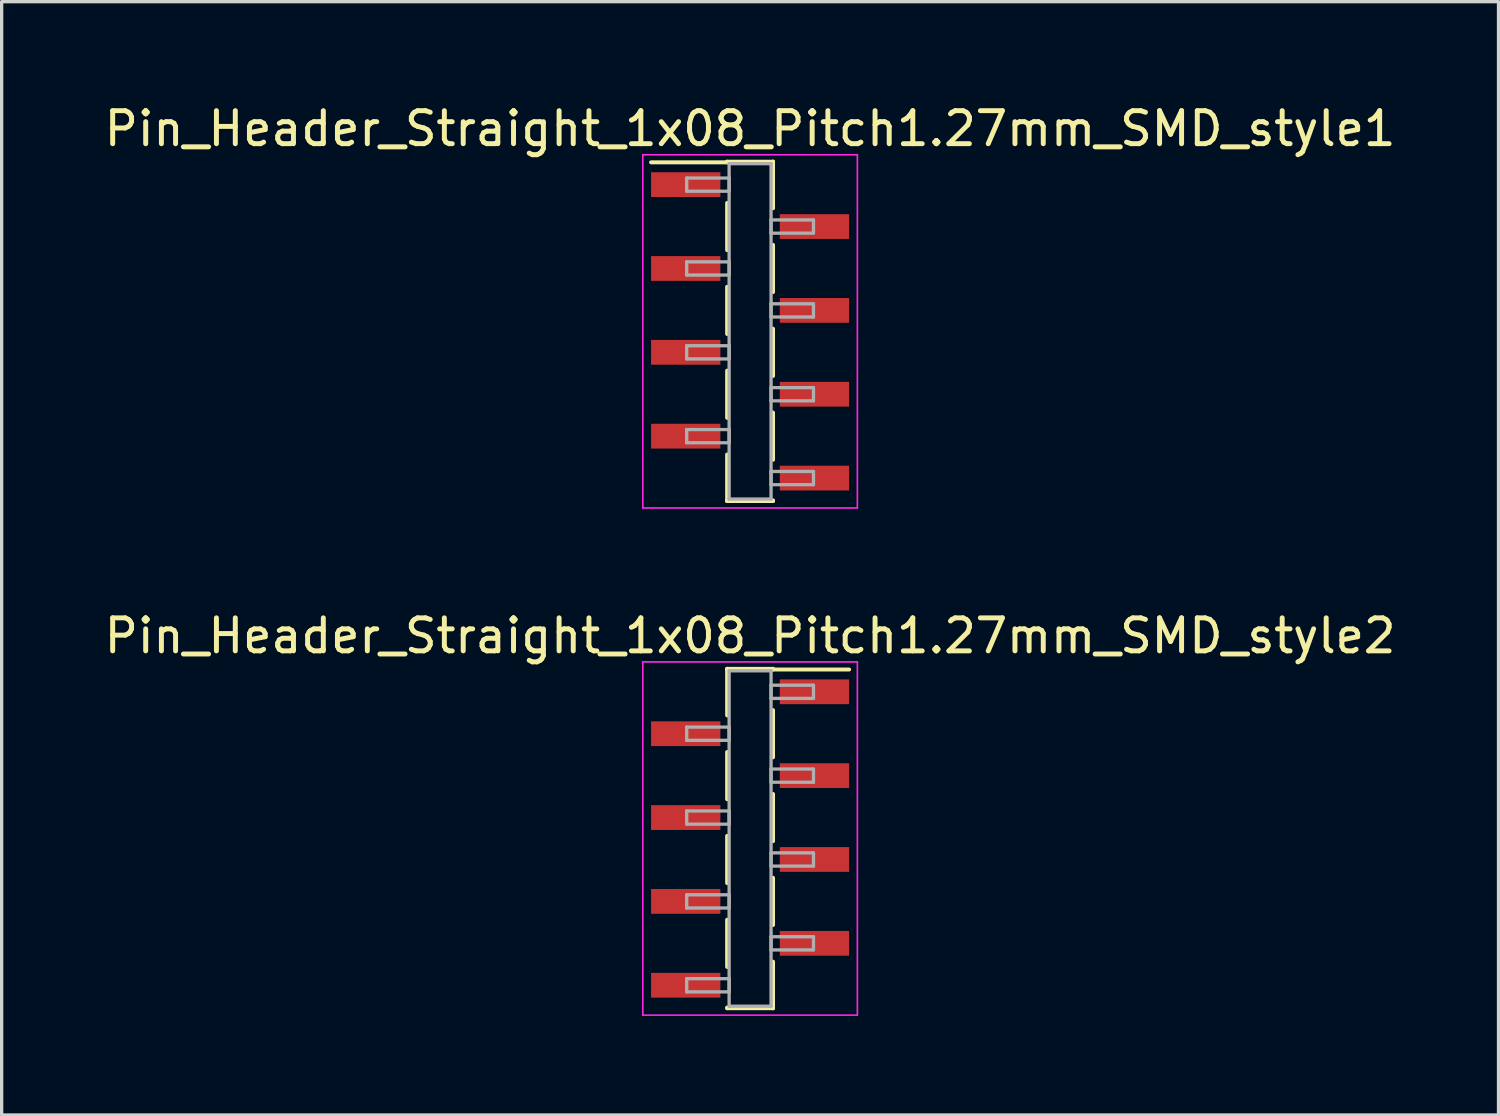
<source format=kicad_pcb>
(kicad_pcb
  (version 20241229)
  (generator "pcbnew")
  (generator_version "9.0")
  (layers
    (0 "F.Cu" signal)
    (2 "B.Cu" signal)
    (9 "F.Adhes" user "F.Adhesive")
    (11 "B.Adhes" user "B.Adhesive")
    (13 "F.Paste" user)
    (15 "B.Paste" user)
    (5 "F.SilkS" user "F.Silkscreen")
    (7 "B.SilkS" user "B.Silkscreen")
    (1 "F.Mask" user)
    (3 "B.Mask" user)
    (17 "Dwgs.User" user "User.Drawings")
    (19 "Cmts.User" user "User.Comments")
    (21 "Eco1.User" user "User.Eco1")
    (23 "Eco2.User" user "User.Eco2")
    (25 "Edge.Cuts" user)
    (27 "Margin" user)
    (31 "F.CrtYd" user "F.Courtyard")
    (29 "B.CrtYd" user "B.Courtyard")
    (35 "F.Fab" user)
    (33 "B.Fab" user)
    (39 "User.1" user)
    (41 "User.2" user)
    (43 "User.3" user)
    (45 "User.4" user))
  (footprint "Pin_Header_Straight_1x08_Pitch1.27mm_SMD_style1"
    (layer "F.Cu")
    (at 19.673 6.988)
    (property "Reference" "Pin_Header_Straight_1x08_Pitch1.27mm_SMD_style1" (at 0 -6.14 0) (layer "F.SilkS") (effects (font (size 1 1) (thickness 0.15))))
    (attr smd)
    (fp_line (start -0.695 -5.14) (end 0.695 -5.14) (stroke (width 0.12) (type solid)) (layer "F.SilkS"))
    (fp_line (start -0.695 -5.12) (end -3 -5.12) (stroke (width 0.12) (type solid)) (layer "F.SilkS"))
    (fp_line (start -0.695 -5.12) (end -0.695 -5.14) (stroke (width 0.12) (type solid)) (layer "F.SilkS"))
    (fp_line (start -0.695 -3.89) (end -0.695 -2.46) (stroke (width 0.12) (type solid)) (layer "F.SilkS"))
    (fp_line (start -0.695 -1.35) (end -0.695 0.08) (stroke (width 0.12) (type solid)) (layer "F.SilkS"))
    (fp_line (start -0.695 1.19) (end -0.695 2.62) (stroke (width 0.12) (type solid)) (layer "F.SilkS"))
    (fp_line (start -0.695 3.73) (end -0.695 5.14) (stroke (width 0.12) (type solid)) (layer "F.SilkS"))
    (fp_line (start -0.695 5.12) (end -0.695 5.14) (stroke (width 0.12) (type solid)) (layer "F.SilkS"))
    (fp_line (start -0.695 5.14) (end 0.695 5.14) (stroke (width 0.12) (type solid)) (layer "F.SilkS"))
    (fp_line (start 0.695 -5.14) (end 0.695 -5.12) (stroke (width 0.12) (type solid)) (layer "F.SilkS"))
    (fp_line (start 0.695 -5.14) (end 0.695 -3.73) (stroke (width 0.12) (type solid)) (layer "F.SilkS"))
    (fp_line (start 0.695 -2.62) (end 0.695 -1.19) (stroke (width 0.12) (type solid)) (layer "F.SilkS"))
    (fp_line (start 0.695 -0.08) (end 0.695 1.35) (stroke (width 0.12) (type solid)) (layer "F.SilkS"))
    (fp_line (start 0.695 2.46) (end 0.695 3.89) (stroke (width 0.12) (type solid)) (layer "F.SilkS"))
    (fp_line (start 0.695 5.14) (end 0.695 5.12) (stroke (width 0.12) (type solid)) (layer "F.SilkS"))
    (fp_line (start -3.25 -5.35) (end -3.25 5.35) (stroke (width 0.05) (type solid)) (layer "F.CrtYd"))
    (fp_line (start -3.25 5.35) (end 3.25 5.35) (stroke (width 0.05) (type solid)) (layer "F.CrtYd"))
    (fp_line (start 3.25 -5.35) (end -3.25 -5.35) (stroke (width 0.05) (type solid)) (layer "F.CrtYd"))
    (fp_line (start 3.25 5.35) (end 3.25 -5.35) (stroke (width 0.05) (type solid)) (layer "F.CrtYd"))
    (fp_line (start -1.92 -4.645) (end -0.635 -4.645) (stroke (width 0.1) (type solid)) (layer "F.Fab"))
    (fp_line (start -1.92 -4.245) (end -1.92 -4.645) (stroke (width 0.1) (type solid)) (layer "F.Fab"))
    (fp_line (start -1.92 -2.105) (end -0.635 -2.105) (stroke (width 0.1) (type solid)) (layer "F.Fab"))
    (fp_line (start -1.92 -1.705) (end -1.92 -2.105) (stroke (width 0.1) (type solid)) (layer "F.Fab"))
    (fp_line (start -1.92 0.435) (end -0.635 0.435) (stroke (width 0.1) (type solid)) (layer "F.Fab"))
    (fp_line (start -1.92 0.835) (end -1.92 0.435) (stroke (width 0.1) (type solid)) (layer "F.Fab"))
    (fp_line (start -1.92 2.975) (end -0.635 2.975) (stroke (width 0.1) (type solid)) (layer "F.Fab"))
    (fp_line (start -1.92 3.375) (end -1.92 2.975) (stroke (width 0.1) (type solid)) (layer "F.Fab"))
    (fp_line (start -0.635 -5.08) (end -0.635 5.08) (stroke (width 0.1) (type solid)) (layer "F.Fab"))
    (fp_line (start -0.635 -4.645) (end -0.635 -4.245) (stroke (width 0.1) (type solid)) (layer "F.Fab"))
    (fp_line (start -0.635 -4.245) (end -1.92 -4.245) (stroke (width 0.1) (type solid)) (layer "F.Fab"))
    (fp_line (start -0.635 -2.105) (end -0.635 -1.705) (stroke (width 0.1) (type solid)) (layer "F.Fab"))
    (fp_line (start -0.635 -1.705) (end -1.92 -1.705) (stroke (width 0.1) (type solid)) (layer "F.Fab"))
    (fp_line (start -0.635 0.435) (end -0.635 0.835) (stroke (width 0.1) (type solid)) (layer "F.Fab"))
    (fp_line (start -0.635 0.835) (end -1.92 0.835) (stroke (width 0.1) (type solid)) (layer "F.Fab"))
    (fp_line (start -0.635 2.975) (end -0.635 3.375) (stroke (width 0.1) (type solid)) (layer "F.Fab"))
    (fp_line (start -0.635 3.375) (end -1.92 3.375) (stroke (width 0.1) (type solid)) (layer "F.Fab"))
    (fp_line (start -0.635 5.08) (end 0.635 5.08) (stroke (width 0.1) (type solid)) (layer "F.Fab"))
    (fp_line (start 0.635 -5.08) (end -0.635 -5.08) (stroke (width 0.1) (type solid)) (layer "F.Fab"))
    (fp_line (start 0.635 -3.375) (end 0.635 -2.975) (stroke (width 0.1) (type solid)) (layer "F.Fab"))
    (fp_line (start 0.635 -2.975) (end 1.92 -2.975) (stroke (width 0.1) (type solid)) (layer "F.Fab"))
    (fp_line (start 0.635 -0.835) (end 0.635 -0.435) (stroke (width 0.1) (type solid)) (layer "F.Fab"))
    (fp_line (start 0.635 -0.435) (end 1.92 -0.435) (stroke (width 0.1) (type solid)) (layer "F.Fab"))
    (fp_line (start 0.635 1.705) (end 0.635 2.105) (stroke (width 0.1) (type solid)) (layer "F.Fab"))
    (fp_line (start 0.635 2.105) (end 1.92 2.105) (stroke (width 0.1) (type solid)) (layer "F.Fab"))
    (fp_line (start 0.635 4.245) (end 0.635 4.645) (stroke (width 0.1) (type solid)) (layer "F.Fab"))
    (fp_line (start 0.635 4.645) (end 1.92 4.645) (stroke (width 0.1) (type solid)) (layer "F.Fab"))
    (fp_line (start 0.635 5.08) (end 0.635 -5.08) (stroke (width 0.1) (type solid)) (layer "F.Fab"))
    (fp_line (start 1.92 -3.375) (end 0.635 -3.375) (stroke (width 0.1) (type solid)) (layer "F.Fab"))
    (fp_line (start 1.92 -2.975) (end 1.92 -3.375) (stroke (width 0.1) (type solid)) (layer "F.Fab"))
    (fp_line (start 1.92 -0.835) (end 0.635 -0.835) (stroke (width 0.1) (type solid)) (layer "F.Fab"))
    (fp_line (start 1.92 -0.435) (end 1.92 -0.835) (stroke (width 0.1) (type solid)) (layer "F.Fab"))
    (fp_line (start 1.92 1.705) (end 0.635 1.705) (stroke (width 0.1) (type solid)) (layer "F.Fab"))
    (fp_line (start 1.92 2.105) (end 1.92 1.705) (stroke (width 0.1) (type solid)) (layer "F.Fab"))
    (fp_line (start 1.92 4.245) (end 0.635 4.245) (stroke (width 0.1) (type solid)) (layer "F.Fab"))
    (fp_line (start 1.92 4.645) (end 1.92 4.245) (stroke (width 0.1) (type solid)) (layer "F.Fab"))
    (pad "1" smd rect (at -1.95 -4.445) (size 2.1 0.75) (layers "F.Cu" "F.Mask"))
    (pad "2" smd rect (at 1.95 -3.175) (size 2.1 0.75) (layers "F.Cu" "F.Mask"))
    (pad "3" smd rect (at -1.95 -1.905) (size 2.1 0.75) (layers "F.Cu" "F.Mask"))
    (pad "4" smd rect (at 1.95 -0.635) (size 2.1 0.75) (layers "F.Cu" "F.Mask"))
    (pad "5" smd rect (at -1.95 0.635) (size 2.1 0.75) (layers "F.Cu" "F.Mask"))
    (pad "6" smd rect (at 1.95 1.905) (size 2.1 0.75) (layers "F.Cu" "F.Mask"))
    (pad "7" smd rect (at -1.95 3.175) (size 2.1 0.75) (layers "F.Cu" "F.Mask"))
    (pad "8" smd rect (at 1.95 4.445) (size 2.1 0.75) (layers "F.Cu" "F.Mask")))
  (footprint "Pin_Header_Straight_1x08_Pitch1.27mm_SMD_style2"
    (layer "F.Cu")
    (at 19.673 22.352)
    (property "Reference" "Pin_Header_Straight_1x08_Pitch1.27mm_SMD_style2" (at 0 -6.14 0) (layer "F.SilkS") (effects (font (size 1 1) (thickness 0.15))))
    (attr smd)
    (fp_line (start -0.695 -5.14) (end -0.695 -3.73) (stroke (width 0.12) (type solid)) (layer "F.SilkS"))
    (fp_line (start -0.695 -5.14) (end 0.695 -5.14) (stroke (width 0.12) (type solid)) (layer "F.SilkS"))
    (fp_line (start -0.695 -5.12) (end -0.695 -5.14) (stroke (width 0.12) (type solid)) (layer "F.SilkS"))
    (fp_line (start -0.695 -2.62) (end -0.695 -1.19) (stroke (width 0.12) (type solid)) (layer "F.SilkS"))
    (fp_line (start -0.695 -0.08) (end -0.695 1.35) (stroke (width 0.12) (type solid)) (layer "F.SilkS"))
    (fp_line (start -0.695 2.46) (end -0.695 3.89) (stroke (width 0.12) (type solid)) (layer "F.SilkS"))
    (fp_line (start -0.695 5.12) (end -0.695 5.14) (stroke (width 0.12) (type solid)) (layer "F.SilkS"))
    (fp_line (start -0.695 5.14) (end 0.695 5.14) (stroke (width 0.12) (type solid)) (layer "F.SilkS"))
    (fp_line (start 0.695 -5.14) (end 0.695 -5.12) (stroke (width 0.12) (type solid)) (layer "F.SilkS"))
    (fp_line (start 0.695 -5.12) (end 3 -5.12) (stroke (width 0.12) (type solid)) (layer "F.SilkS"))
    (fp_line (start 0.695 -3.89) (end 0.695 -2.46) (stroke (width 0.12) (type solid)) (layer "F.SilkS"))
    (fp_line (start 0.695 -1.35) (end 0.695 0.08) (stroke (width 0.12) (type solid)) (layer "F.SilkS"))
    (fp_line (start 0.695 1.19) (end 0.695 2.62) (stroke (width 0.12) (type solid)) (layer "F.SilkS"))
    (fp_line (start 0.695 3.73) (end 0.695 5.14) (stroke (width 0.12) (type solid)) (layer "F.SilkS"))
    (fp_line (start 0.695 5.14) (end 0.695 5.12) (stroke (width 0.12) (type solid)) (layer "F.SilkS"))
    (fp_line (start -3.25 -5.35) (end -3.25 5.35) (stroke (width 0.05) (type solid)) (layer "F.CrtYd"))
    (fp_line (start -3.25 5.35) (end 3.25 5.35) (stroke (width 0.05) (type solid)) (layer "F.CrtYd"))
    (fp_line (start 3.25 -5.35) (end -3.25 -5.35) (stroke (width 0.05) (type solid)) (layer "F.CrtYd"))
    (fp_line (start 3.25 5.35) (end 3.25 -5.35) (stroke (width 0.05) (type solid)) (layer "F.CrtYd"))
    (fp_line (start -1.92 -3.375) (end -0.635 -3.375) (stroke (width 0.1) (type solid)) (layer "F.Fab"))
    (fp_line (start -1.92 -2.975) (end -1.92 -3.375) (stroke (width 0.1) (type solid)) (layer "F.Fab"))
    (fp_line (start -1.92 -0.835) (end -0.635 -0.835) (stroke (width 0.1) (type solid)) (layer "F.Fab"))
    (fp_line (start -1.92 -0.435) (end -1.92 -0.835) (stroke (width 0.1) (type solid)) (layer "F.Fab"))
    (fp_line (start -1.92 1.705) (end -0.635 1.705) (stroke (width 0.1) (type solid)) (layer "F.Fab"))
    (fp_line (start -1.92 2.105) (end -1.92 1.705) (stroke (width 0.1) (type solid)) (layer "F.Fab"))
    (fp_line (start -1.92 4.245) (end -0.635 4.245) (stroke (width 0.1) (type solid)) (layer "F.Fab"))
    (fp_line (start -1.92 4.645) (end -1.92 4.245) (stroke (width 0.1) (type solid)) (layer "F.Fab"))
    (fp_line (start -0.635 -5.08) (end -0.635 5.08) (stroke (width 0.1) (type solid)) (layer "F.Fab"))
    (fp_line (start -0.635 -3.375) (end -0.635 -2.975) (stroke (width 0.1) (type solid)) (layer "F.Fab"))
    (fp_line (start -0.635 -2.975) (end -1.92 -2.975) (stroke (width 0.1) (type solid)) (layer "F.Fab"))
    (fp_line (start -0.635 -0.835) (end -0.635 -0.435) (stroke (width 0.1) (type solid)) (layer "F.Fab"))
    (fp_line (start -0.635 -0.435) (end -1.92 -0.435) (stroke (width 0.1) (type solid)) (layer "F.Fab"))
    (fp_line (start -0.635 1.705) (end -0.635 2.105) (stroke (width 0.1) (type solid)) (layer "F.Fab"))
    (fp_line (start -0.635 2.105) (end -1.92 2.105) (stroke (width 0.1) (type solid)) (layer "F.Fab"))
    (fp_line (start -0.635 4.245) (end -0.635 4.645) (stroke (width 0.1) (type solid)) (layer "F.Fab"))
    (fp_line (start -0.635 4.645) (end -1.92 4.645) (stroke (width 0.1) (type solid)) (layer "F.Fab"))
    (fp_line (start -0.635 5.08) (end 0.635 5.08) (stroke (width 0.1) (type solid)) (layer "F.Fab"))
    (fp_line (start 0.635 -5.08) (end -0.635 -5.08) (stroke (width 0.1) (type solid)) (layer "F.Fab"))
    (fp_line (start 0.635 -4.645) (end 0.635 -4.245) (stroke (width 0.1) (type solid)) (layer "F.Fab"))
    (fp_line (start 0.635 -4.245) (end 1.92 -4.245) (stroke (width 0.1) (type solid)) (layer "F.Fab"))
    (fp_line (start 0.635 -2.105) (end 0.635 -1.705) (stroke (width 0.1) (type solid)) (layer "F.Fab"))
    (fp_line (start 0.635 -1.705) (end 1.92 -1.705) (stroke (width 0.1) (type solid)) (layer "F.Fab"))
    (fp_line (start 0.635 0.435) (end 0.635 0.835) (stroke (width 0.1) (type solid)) (layer "F.Fab"))
    (fp_line (start 0.635 0.835) (end 1.92 0.835) (stroke (width 0.1) (type solid)) (layer "F.Fab"))
    (fp_line (start 0.635 2.975) (end 0.635 3.375) (stroke (width 0.1) (type solid)) (layer "F.Fab"))
    (fp_line (start 0.635 3.375) (end 1.92 3.375) (stroke (width 0.1) (type solid)) (layer "F.Fab"))
    (fp_line (start 0.635 5.08) (end 0.635 -5.08) (stroke (width 0.1) (type solid)) (layer "F.Fab"))
    (fp_line (start 1.92 -4.645) (end 0.635 -4.645) (stroke (width 0.1) (type solid)) (layer "F.Fab"))
    (fp_line (start 1.92 -4.245) (end 1.92 -4.645) (stroke (width 0.1) (type solid)) (layer "F.Fab"))
    (fp_line (start 1.92 -2.105) (end 0.635 -2.105) (stroke (width 0.1) (type solid)) (layer "F.Fab"))
    (fp_line (start 1.92 -1.705) (end 1.92 -2.105) (stroke (width 0.1) (type solid)) (layer "F.Fab"))
    (fp_line (start 1.92 0.435) (end 0.635 0.435) (stroke (width 0.1) (type solid)) (layer "F.Fab"))
    (fp_line (start 1.92 0.835) (end 1.92 0.435) (stroke (width 0.1) (type solid)) (layer "F.Fab"))
    (fp_line (start 1.92 2.975) (end 0.635 2.975) (stroke (width 0.1) (type solid)) (layer "F.Fab"))
    (fp_line (start 1.92 3.375) (end 1.92 2.975) (stroke (width 0.1) (type solid)) (layer "F.Fab"))
    (pad "1" smd rect (at 1.95 -4.445) (size 2.1 0.75) (layers "F.Cu" "F.Mask"))
    (pad "2" smd rect (at -1.95 -3.175) (size 2.1 0.75) (layers "F.Cu" "F.Mask"))
    (pad "3" smd rect (at 1.95 -1.905) (size 2.1 0.75) (layers "F.Cu" "F.Mask"))
    (pad "4" smd rect (at -1.95 -0.635) (size 2.1 0.75) (layers "F.Cu" "F.Mask"))
    (pad "5" smd rect (at 1.95 0.635) (size 2.1 0.75) (layers "F.Cu" "F.Mask"))
    (pad "6" smd rect (at -1.95 1.905) (size 2.1 0.75) (layers "F.Cu" "F.Mask"))
    (pad "7" smd rect (at 1.95 3.175) (size 2.1 0.75) (layers "F.Cu" "F.Mask"))
    (pad "8" smd rect (at -1.95 4.445) (size 2.1 0.75) (layers "F.Cu" "F.Mask")))
  (gr_rect
    (start -3 -3)
    (end 42.345 30.727)
    (stroke (width 0.1) (type default))
    (fill no)
    (layer "Edge.Cuts")))
</source>
